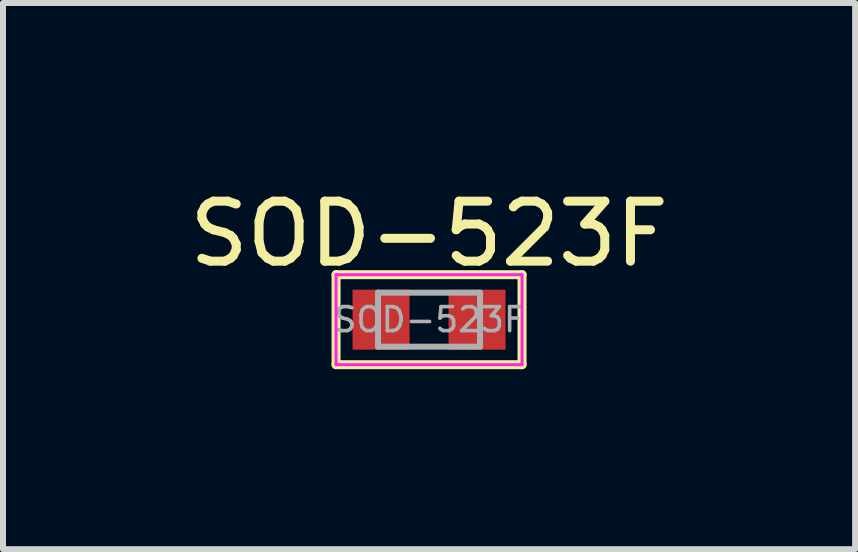
<source format=kicad_pcb>
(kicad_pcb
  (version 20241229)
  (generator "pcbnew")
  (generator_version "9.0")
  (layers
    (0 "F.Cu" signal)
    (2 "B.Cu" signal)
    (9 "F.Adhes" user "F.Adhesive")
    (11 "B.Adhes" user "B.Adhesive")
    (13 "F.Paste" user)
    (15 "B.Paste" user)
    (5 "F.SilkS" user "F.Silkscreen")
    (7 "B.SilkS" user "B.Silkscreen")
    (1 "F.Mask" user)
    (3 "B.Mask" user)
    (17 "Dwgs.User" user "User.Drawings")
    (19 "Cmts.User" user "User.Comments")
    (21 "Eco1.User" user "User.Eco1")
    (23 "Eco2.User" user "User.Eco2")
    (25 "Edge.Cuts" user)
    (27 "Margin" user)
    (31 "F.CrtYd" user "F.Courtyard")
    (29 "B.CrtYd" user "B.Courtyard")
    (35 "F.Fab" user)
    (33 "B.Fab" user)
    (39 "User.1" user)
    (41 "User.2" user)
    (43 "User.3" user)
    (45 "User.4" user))
  (footprint "SOD-523F"
    (layer "F.Cu")
    (at 4.101 2.278)
    (property "Reference" "SOD-523F" (at 0 -1.43 0) (layer "F.SilkS") (effects (font (size 1 1) (thickness 0.15))))
    (attr smd)
    (fp_line (start -1.55 -0.75) (end 1.55 -0.75) (stroke (width 0.15) (type solid)) (layer "F.SilkS"))
    (fp_line (start -1.55 0.75) (end -1.55 -0.75) (stroke (width 0.15) (type solid)) (layer "F.SilkS"))
    (fp_line (start 1.55 -0.75) (end 1.55 0.75) (stroke (width 0.15) (type solid)) (layer "F.SilkS"))
    (fp_line (start 1.55 0.75) (end -1.55 0.75) (stroke (width 0.15) (type solid)) (layer "F.SilkS"))
    (fp_line (start -1.55 -0.75) (end 1.55 -0.75) (stroke (width 0.05) (type solid)) (layer "F.CrtYd"))
    (fp_line (start -1.55 0.75) (end -1.55 -0.75) (stroke (width 0.05) (type solid)) (layer "F.CrtYd"))
    (fp_line (start 1.55 -0.75) (end 1.55 0.75) (stroke (width 0.05) (type solid)) (layer "F.CrtYd"))
    (fp_line (start 1.55 0.75) (end -1.55 0.75) (stroke (width 0.05) (type solid)) (layer "F.CrtYd"))
    (fp_line (start -0.85 -0.45) (end 0.85 -0.45) (stroke (width 0.1) (type solid)) (layer "F.Fab"))
    (fp_line (start -0.85 0.45) (end -0.85 -0.45) (stroke (width 0.1) (type solid)) (layer "F.Fab"))
    (fp_line (start 0.85 -0.45) (end 0.85 0.45) (stroke (width 0.1) (type solid)) (layer "F.Fab"))
    (fp_line (start 0.85 0.45) (end -0.85 0.45) (stroke (width 0.1) (type solid)) (layer "F.Fab"))
    (fp_text user "${REFERENCE}" (at 0 0 0) (layer "F.Fab") (effects (font (size 0.4 0.4) (thickness 0.06))))
    (pad "1" smd rect (at -0.8 0) (size 0.95 1) (layers "F.Cu" "F.Mask" "F.Paste"))
    (pad "2" smd rect (at 0.8 0) (size 0.95 1) (layers "F.Cu" "F.Mask" "F.Paste")))
  (gr_rect
    (start -3 -3)
    (end 11.202 6.103)
    (stroke (width 0.1) (type default))
    (fill no)
    (layer "Edge.Cuts")))
</source>
